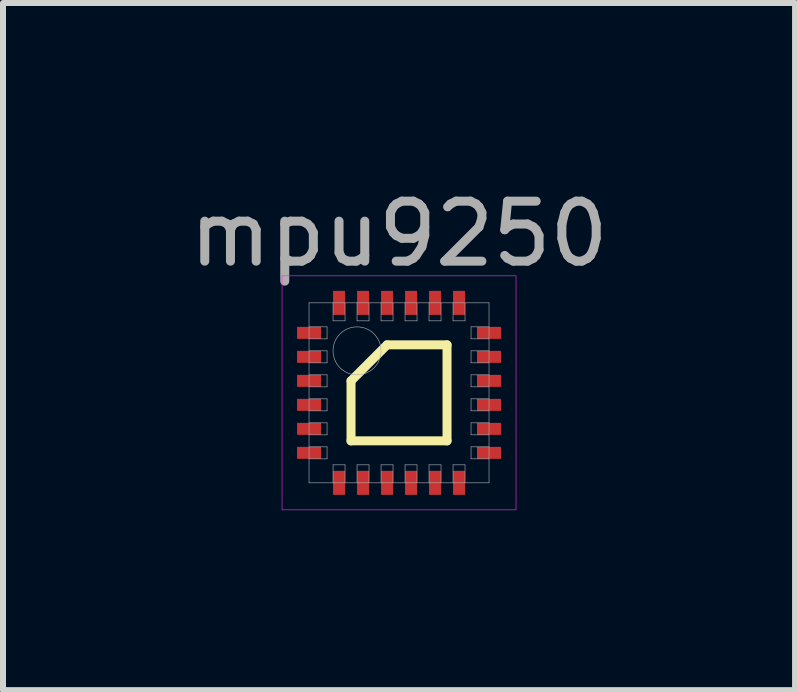
<source format=kicad_pcb>
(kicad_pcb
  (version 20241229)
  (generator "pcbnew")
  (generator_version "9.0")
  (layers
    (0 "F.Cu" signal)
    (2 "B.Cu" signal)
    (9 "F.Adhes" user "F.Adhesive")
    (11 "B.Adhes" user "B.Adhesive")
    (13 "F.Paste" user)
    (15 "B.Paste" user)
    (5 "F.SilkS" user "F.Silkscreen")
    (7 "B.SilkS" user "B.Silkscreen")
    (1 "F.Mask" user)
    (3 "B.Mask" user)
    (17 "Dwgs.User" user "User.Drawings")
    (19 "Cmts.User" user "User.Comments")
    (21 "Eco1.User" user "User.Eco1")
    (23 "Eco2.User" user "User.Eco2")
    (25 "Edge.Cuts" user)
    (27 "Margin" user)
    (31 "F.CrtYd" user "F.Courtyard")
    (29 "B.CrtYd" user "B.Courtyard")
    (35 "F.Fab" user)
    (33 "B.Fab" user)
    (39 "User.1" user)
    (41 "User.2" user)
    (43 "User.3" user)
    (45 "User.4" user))
  (footprint "mpu9250"
    (layer "F.Cu")
    (at 3.601 3.498)
    (property "Reference" "mpu9250" (at 0 -2.65 0) (layer "F.Fab") (effects (font (size 1 1) (thickness 0.15))))
    (attr through_hole)
    (fp_line (start -0.8 -0.2) (end -0.2 -0.8) (stroke (width 0.15) (type solid)) (layer "F.SilkS"))
    (fp_line (start -0.8 0.8) (end -0.8 -0.2) (stroke (width 0.15) (type solid)) (layer "F.SilkS"))
    (fp_line (start -0.2 -0.8) (end 0.8 -0.8) (stroke (width 0.15) (type solid)) (layer "F.SilkS"))
    (fp_line (start 0.8 -0.8) (end 0.8 0.8) (stroke (width 0.15) (type solid)) (layer "F.SilkS"))
    (fp_line (start 0.8 0.8) (end -0.8 0.8) (stroke (width 0.15) (type solid)) (layer "F.SilkS"))
    (fp_line (start -1.95 -1.95) (end 1.95 -1.95) (stroke (width 0.01) (type solid)) (layer "F.CrtYd"))
    (fp_line (start -1.95 1.95) (end -1.95 -1.95) (stroke (width 0.01) (type solid)) (layer "F.CrtYd"))
    (fp_line (start 1.95 -1.95) (end 1.95 1.95) (stroke (width 0.01) (type solid)) (layer "F.CrtYd"))
    (fp_line (start 1.95 1.95) (end -1.95 1.95) (stroke (width 0.01) (type solid)) (layer "F.CrtYd"))
    (fp_line (start -1.5 -1.5) (end 1.5 -1.5) (stroke (width 0.01) (type solid)) (layer "F.Fab"))
    (fp_line (start -1.5 -0.9) (end -1.2 -0.9) (stroke (width 0.01) (type solid)) (layer "F.Fab"))
    (fp_line (start -1.5 -0.5) (end -1.2 -0.5) (stroke (width 0.01) (type solid)) (layer "F.Fab"))
    (fp_line (start -1.5 -0.1) (end -1.2 -0.1) (stroke (width 0.01) (type solid)) (layer "F.Fab"))
    (fp_line (start -1.5 0.3) (end -1.2 0.3) (stroke (width 0.01) (type solid)) (layer "F.Fab"))
    (fp_line (start -1.5 0.7) (end -1.2 0.7) (stroke (width 0.01) (type solid)) (layer "F.Fab"))
    (fp_line (start -1.5 1.1) (end -1.2 1.1) (stroke (width 0.01) (type solid)) (layer "F.Fab"))
    (fp_line (start -1.5 1.5) (end -1.5 -1.5) (stroke (width 0.01) (type solid)) (layer "F.Fab"))
    (fp_line (start -1.2 -1.1) (end -1.5 -1.1) (stroke (width 0.01) (type solid)) (layer "F.Fab"))
    (fp_line (start -1.2 -0.9) (end -1.2 -1.1) (stroke (width 0.01) (type solid)) (layer "F.Fab"))
    (fp_line (start -1.2 -0.7) (end -1.5 -0.7) (stroke (width 0.01) (type solid)) (layer "F.Fab"))
    (fp_line (start -1.2 -0.5) (end -1.2 -0.7) (stroke (width 0.01) (type solid)) (layer "F.Fab"))
    (fp_line (start -1.2 -0.3) (end -1.5 -0.3) (stroke (width 0.01) (type solid)) (layer "F.Fab"))
    (fp_line (start -1.2 -0.1) (end -1.2 -0.3) (stroke (width 0.01) (type solid)) (layer "F.Fab"))
    (fp_line (start -1.2 0.1) (end -1.5 0.1) (stroke (width 0.01) (type solid)) (layer "F.Fab"))
    (fp_line (start -1.2 0.3) (end -1.2 0.1) (stroke (width 0.01) (type solid)) (layer "F.Fab"))
    (fp_line (start -1.2 0.5) (end -1.5 0.5) (stroke (width 0.01) (type solid)) (layer "F.Fab"))
    (fp_line (start -1.2 0.7) (end -1.2 0.5) (stroke (width 0.01) (type solid)) (layer "F.Fab"))
    (fp_line (start -1.2 0.9) (end -1.5 0.9) (stroke (width 0.01) (type solid)) (layer "F.Fab"))
    (fp_line (start -1.2 1.1) (end -1.2 0.9) (stroke (width 0.01) (type solid)) (layer "F.Fab"))
    (fp_line (start -1.1 -1.5) (end -1.1 -1.2) (stroke (width 0.01) (type solid)) (layer "F.Fab"))
    (fp_line (start -1.1 -1.2) (end -0.9 -1.2) (stroke (width 0.01) (type solid)) (layer "F.Fab"))
    (fp_line (start -1.1 1.2) (end -1.1 1.5) (stroke (width 0.01) (type solid)) (layer "F.Fab"))
    (fp_line (start -0.9 -1.2) (end -0.9 -1.5) (stroke (width 0.01) (type solid)) (layer "F.Fab"))
    (fp_line (start -0.9 1.2) (end -1.1 1.2) (stroke (width 0.01) (type solid)) (layer "F.Fab"))
    (fp_line (start -0.9 1.5) (end -0.9 1.2) (stroke (width 0.01) (type solid)) (layer "F.Fab"))
    (fp_line (start -0.7 -1.5) (end -0.7 -1.2) (stroke (width 0.01) (type solid)) (layer "F.Fab"))
    (fp_line (start -0.7 -1.2) (end -0.5 -1.2) (stroke (width 0.01) (type solid)) (layer "F.Fab"))
    (fp_line (start -0.7 1.2) (end -0.7 1.5) (stroke (width 0.01) (type solid)) (layer "F.Fab"))
    (fp_line (start -0.5 -1.2) (end -0.5 -1.5) (stroke (width 0.01) (type solid)) (layer "F.Fab"))
    (fp_line (start -0.5 1.2) (end -0.7 1.2) (stroke (width 0.01) (type solid)) (layer "F.Fab"))
    (fp_line (start -0.5 1.5) (end -0.5 1.2) (stroke (width 0.01) (type solid)) (layer "F.Fab"))
    (fp_line (start -0.3 -1.5) (end -0.3 -1.2) (stroke (width 0.01) (type solid)) (layer "F.Fab"))
    (fp_line (start -0.3 -1.2) (end -0.1 -1.2) (stroke (width 0.01) (type solid)) (layer "F.Fab"))
    (fp_line (start -0.3 1.2) (end -0.3 1.5) (stroke (width 0.01) (type solid)) (layer "F.Fab"))
    (fp_line (start -0.1 -1.2) (end -0.1 -1.5) (stroke (width 0.01) (type solid)) (layer "F.Fab"))
    (fp_line (start -0.1 1.2) (end -0.3 1.2) (stroke (width 0.01) (type solid)) (layer "F.Fab"))
    (fp_line (start -0.1 1.5) (end -0.1 1.2) (stroke (width 0.01) (type solid)) (layer "F.Fab"))
    (fp_line (start 0.1 -1.5) (end 0.1 -1.2) (stroke (width 0.01) (type solid)) (layer "F.Fab"))
    (fp_line (start 0.1 -1.2) (end 0.3 -1.2) (stroke (width 0.01) (type solid)) (layer "F.Fab"))
    (fp_line (start 0.1 1.2) (end 0.1 1.5) (stroke (width 0.01) (type solid)) (layer "F.Fab"))
    (fp_line (start 0.3 -1.2) (end 0.3 -1.5) (stroke (width 0.01) (type solid)) (layer "F.Fab"))
    (fp_line (start 0.3 1.2) (end 0.1 1.2) (stroke (width 0.01) (type solid)) (layer "F.Fab"))
    (fp_line (start 0.3 1.5) (end 0.3 1.2) (stroke (width 0.01) (type solid)) (layer "F.Fab"))
    (fp_line (start 0.5 -1.5) (end 0.5 -1.2) (stroke (width 0.01) (type solid)) (layer "F.Fab"))
    (fp_line (start 0.5 -1.2) (end 0.7 -1.2) (stroke (width 0.01) (type solid)) (layer "F.Fab"))
    (fp_line (start 0.5 1.2) (end 0.5 1.5) (stroke (width 0.01) (type solid)) (layer "F.Fab"))
    (fp_line (start 0.7 -1.2) (end 0.7 -1.5) (stroke (width 0.01) (type solid)) (layer "F.Fab"))
    (fp_line (start 0.7 1.2) (end 0.5 1.2) (stroke (width 0.01) (type solid)) (layer "F.Fab"))
    (fp_line (start 0.7 1.5) (end 0.7 1.2) (stroke (width 0.01) (type solid)) (layer "F.Fab"))
    (fp_line (start 0.9 -1.5) (end 0.9 -1.2) (stroke (width 0.01) (type solid)) (layer "F.Fab"))
    (fp_line (start 0.9 -1.2) (end 1.1 -1.2) (stroke (width 0.01) (type solid)) (layer "F.Fab"))
    (fp_line (start 0.9 1.2) (end 0.9 1.5) (stroke (width 0.01) (type solid)) (layer "F.Fab"))
    (fp_line (start 1.1 -1.2) (end 1.1 -1.5) (stroke (width 0.01) (type solid)) (layer "F.Fab"))
    (fp_line (start 1.1 1.2) (end 0.9 1.2) (stroke (width 0.01) (type solid)) (layer "F.Fab"))
    (fp_line (start 1.1 1.5) (end 1.1 1.2) (stroke (width 0.01) (type solid)) (layer "F.Fab"))
    (fp_line (start 1.2 -1.1) (end 1.2 -0.9) (stroke (width 0.01) (type solid)) (layer "F.Fab"))
    (fp_line (start 1.2 -0.9) (end 1.5 -0.9) (stroke (width 0.01) (type solid)) (layer "F.Fab"))
    (fp_line (start 1.2 -0.7) (end 1.2 -0.5) (stroke (width 0.01) (type solid)) (layer "F.Fab"))
    (fp_line (start 1.2 -0.5) (end 1.5 -0.5) (stroke (width 0.01) (type solid)) (layer "F.Fab"))
    (fp_line (start 1.2 -0.3) (end 1.2 -0.1) (stroke (width 0.01) (type solid)) (layer "F.Fab"))
    (fp_line (start 1.2 -0.1) (end 1.5 -0.1) (stroke (width 0.01) (type solid)) (layer "F.Fab"))
    (fp_line (start 1.2 0.1) (end 1.2 0.3) (stroke (width 0.01) (type solid)) (layer "F.Fab"))
    (fp_line (start 1.2 0.3) (end 1.5 0.3) (stroke (width 0.01) (type solid)) (layer "F.Fab"))
    (fp_line (start 1.2 0.5) (end 1.2 0.7) (stroke (width 0.01) (type solid)) (layer "F.Fab"))
    (fp_line (start 1.2 0.7) (end 1.5 0.7) (stroke (width 0.01) (type solid)) (layer "F.Fab"))
    (fp_line (start 1.2 0.9) (end 1.2 1.1) (stroke (width 0.01) (type solid)) (layer "F.Fab"))
    (fp_line (start 1.2 1.1) (end 1.5 1.1) (stroke (width 0.01) (type solid)) (layer "F.Fab"))
    (fp_line (start 1.5 -1.5) (end 1.5 1.5) (stroke (width 0.01) (type solid)) (layer "F.Fab"))
    (fp_line (start 1.5 -1.1) (end 1.2 -1.1) (stroke (width 0.01) (type solid)) (layer "F.Fab"))
    (fp_line (start 1.5 -0.7) (end 1.2 -0.7) (stroke (width 0.01) (type solid)) (layer "F.Fab"))
    (fp_line (start 1.5 -0.3) (end 1.2 -0.3) (stroke (width 0.01) (type solid)) (layer "F.Fab"))
    (fp_line (start 1.5 0.1) (end 1.2 0.1) (stroke (width 0.01) (type solid)) (layer "F.Fab"))
    (fp_line (start 1.5 0.5) (end 1.2 0.5) (stroke (width 0.01) (type solid)) (layer "F.Fab"))
    (fp_line (start 1.5 0.9) (end 1.2 0.9) (stroke (width 0.01) (type solid)) (layer "F.Fab"))
    (fp_line (start 1.5 1.5) (end -1.5 1.5) (stroke (width 0.01) (type solid)) (layer "F.Fab"))
    (fp_circle (center -0.7 -0.7) (end -0.7 -0.3) (stroke (width 0.01) (type solid)) (fill no) (layer "F.Fab"))
    (pad "1" smd rect (at -1.5 -1) (size 0.4 0.2) (layers "F.Cu" "F.Mask" "F.Paste"))
    (pad "2" smd rect (at -1.5 -0.6) (size 0.4 0.2) (layers "F.Cu" "F.Mask" "F.Paste"))
    (pad "3" smd rect (at -1.5 -0.2) (size 0.4 0.2) (layers "F.Cu" "F.Mask" "F.Paste"))
    (pad "4" smd rect (at -1.5 0.2) (size 0.4 0.2) (layers "F.Cu" "F.Mask" "F.Paste"))
    (pad "5" smd rect (at -1.5 0.6) (size 0.4 0.2) (layers "F.Cu" "F.Mask" "F.Paste"))
    (pad "6" smd rect (at -1.5 1) (size 0.4 0.2) (layers "F.Cu" "F.Mask" "F.Paste"))
    (pad "7" smd rect (at -1 1.5) (size 0.2 0.4) (layers "F.Cu" "F.Mask" "F.Paste"))
    (pad "8" smd rect (at -0.6 1.5) (size 0.2 0.4) (layers "F.Cu" "F.Mask" "F.Paste"))
    (pad "9" smd rect (at -0.2 1.5) (size 0.2 0.4) (layers "F.Cu" "F.Mask" "F.Paste"))
    (pad "10" smd rect (at 0.2 1.5) (size 0.2 0.4) (layers "F.Cu" "F.Mask" "F.Paste"))
    (pad "11" smd rect (at 0.6 1.5) (size 0.2 0.4) (layers "F.Cu" "F.Mask" "F.Paste"))
    (pad "12" smd rect (at 1 1.5) (size 0.2 0.4) (layers "F.Cu" "F.Mask" "F.Paste"))
    (pad "13" smd rect (at 1.5 1) (size 0.4 0.2) (layers "F.Cu" "F.Mask" "F.Paste"))
    (pad "14" smd rect (at 1.5 0.6) (size 0.4 0.2) (layers "F.Cu" "F.Mask" "F.Paste"))
    (pad "15" smd rect (at 1.5 0.2) (size 0.4 0.2) (layers "F.Cu" "F.Mask" "F.Paste"))
    (pad "16" smd rect (at 1.5 -0.2) (size 0.4 0.2) (layers "F.Cu" "F.Mask" "F.Paste"))
    (pad "17" smd rect (at 1.5 -0.6) (size 0.4 0.2) (layers "F.Cu" "F.Mask" "F.Paste"))
    (pad "18" smd rect (at 1.5 -1) (size 0.4 0.2) (layers "F.Cu" "F.Mask" "F.Paste"))
    (pad "19" smd rect (at 1 -1.5) (size 0.2 0.4) (layers "F.Cu" "F.Mask" "F.Paste"))
    (pad "20" smd rect (at 0.6 -1.5) (size 0.2 0.4) (layers "F.Cu" "F.Mask" "F.Paste"))
    (pad "21" smd rect (at 0.2 -1.5) (size 0.2 0.4) (layers "F.Cu" "F.Mask" "F.Paste"))
    (pad "22" smd rect (at -0.2 -1.5) (size 0.2 0.4) (layers "F.Cu" "F.Mask" "F.Paste"))
    (pad "23" smd rect (at -0.6 -1.5) (size 0.2 0.4) (layers "F.Cu" "F.Mask" "F.Paste"))
    (pad "24" smd rect (at -1 -1.5) (size 0.2 0.4) (layers "F.Cu" "F.Mask" "F.Paste")))
  (gr_rect
    (start -3 -3)
    (end 10.202 8.453)
    (stroke (width 0.1) (type default))
    (fill no)
    (layer "Edge.Cuts")))
</source>
